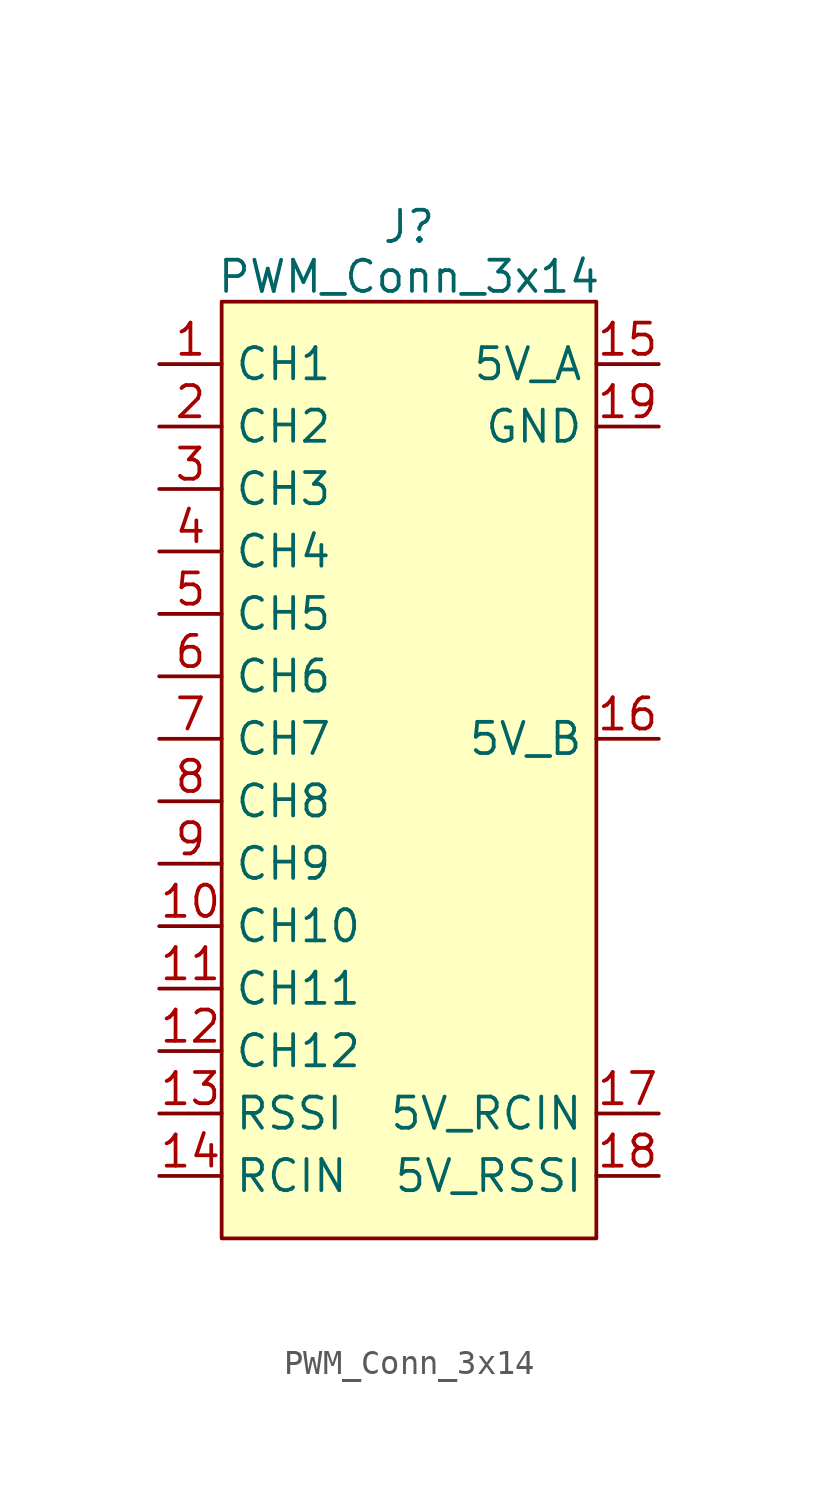
<source format=kicad_sym>
(kicad_symbol_lib
  (version 20241209)
  (generator "kicad_symbol_editor")
  (generator_version "9.0")
  (symbol "PWM_Conn_3x14"
    (property "Reference" "J"
      (at 0 22.098 0)
      (effects (font (size 1.27 1.27))))
    (property "Value" "PWM_Conn_3x14"
      (at 0 20.066 0)
      (effects (font (size 1.27 1.27))))
    (symbol "PWM_Conn_3x14_0_1"
      (rectangle (start -7.62 19.05) (end 7.62 -19.05) (stroke (width 0) (type default)) (fill (type background))))
    (symbol "PWM_Conn_3x14_1_1"
      (pin bidirectional line (at -10.16 16.51 0) (length 2.54) (name "CH1" (effects (font (size 1.27 1.27)))) (number "1" (effects (font (size 1.27 1.27)))))
      (pin bidirectional line (at -10.16 13.97 0) (length 2.54) (name "CH2" (effects (font (size 1.27 1.27)))) (number "2" (effects (font (size 1.27 1.27)))))
      (pin bidirectional line (at -10.16 11.43 0) (length 2.54) (name "CH3" (effects (font (size 1.27 1.27)))) (number "3" (effects (font (size 1.27 1.27)))))
      (pin bidirectional line (at -10.16 8.89 0) (length 2.54) (name "CH4" (effects (font (size 1.27 1.27)))) (number "4" (effects (font (size 1.27 1.27)))))
      (pin bidirectional line (at -10.16 6.35 0) (length 2.54) (name "CH5" (effects (font (size 1.27 1.27)))) (number "5" (effects (font (size 1.27 1.27)))))
      (pin bidirectional line (at -10.16 3.81 0) (length 2.54) (name "CH6" (effects (font (size 1.27 1.27)))) (number "6" (effects (font (size 1.27 1.27)))))
      (pin bidirectional line (at -10.16 1.27 0) (length 2.54) (name "CH7" (effects (font (size 1.27 1.27)))) (number "7" (effects (font (size 1.27 1.27)))))
      (pin bidirectional line (at -10.16 -1.27 0) (length 2.54) (name "CH8" (effects (font (size 1.27 1.27)))) (number "8" (effects (font (size 1.27 1.27)))))
      (pin bidirectional line (at -10.16 -3.81 0) (length 2.54) (name "CH9" (effects (font (size 1.27 1.27)))) (number "9" (effects (font (size 1.27 1.27)))))
      (pin bidirectional line (at -10.16 -6.35 0) (length 2.54) (name "CH10" (effects (font (size 1.27 1.27)))) (number "10" (effects (font (size 1.27 1.27)))))
      (pin bidirectional line (at -10.16 -8.89 0) (length 2.54) (name "CH11" (effects (font (size 1.27 1.27)))) (number "11" (effects (font (size 1.27 1.27)))))
      (pin bidirectional line (at -10.16 -11.43 0) (length 2.54) (name "CH12" (effects (font (size 1.27 1.27)))) (number "12" (effects (font (size 1.27 1.27)))))
      (pin bidirectional line (at -10.16 -13.97 0) (length 2.54) (name "RSSI" (effects (font (size 1.27 1.27)))) (number "13" (effects (font (size 1.27 1.27)))))
      (pin bidirectional line (at -10.16 -16.51 0) (length 2.54) (name "RCIN" (effects (font (size 1.27 1.27)))) (number "14" (effects (font (size 1.27 1.27)))))
      (pin passive line (at 10.16 16.51 180) (length 2.54) (name "5V_A" (effects (font (size 1.27 1.27)))) (number "15" (effects (font (size 1.27 1.27)))))
      (pin passive line (at 10.16 13.97 180) (length 2.54) (name "GND" (effects (font (size 1.27 1.27)))) (number "19" (effects (font (size 1.27 1.27)))))
      (pin passive line (at 10.16 1.27 180) (length 2.54) (name "5V_B" (effects (font (size 1.27 1.27)))) (number "16" (effects (font (size 1.27 1.27)))))
      (pin passive line (at 10.16 -13.97 180) (length 2.54) (name "5V_RCIN" (effects (font (size 1.27 1.27)))) (number "17" (effects (font (size 1.27 1.27)))))
      (pin passive line (at 10.16 -16.51 180) (length 2.54) (name "5V_RSSI" (effects (font (size 1.27 1.27)))) (number "18" (effects (font (size 1.27 1.27))))))))
</source>
